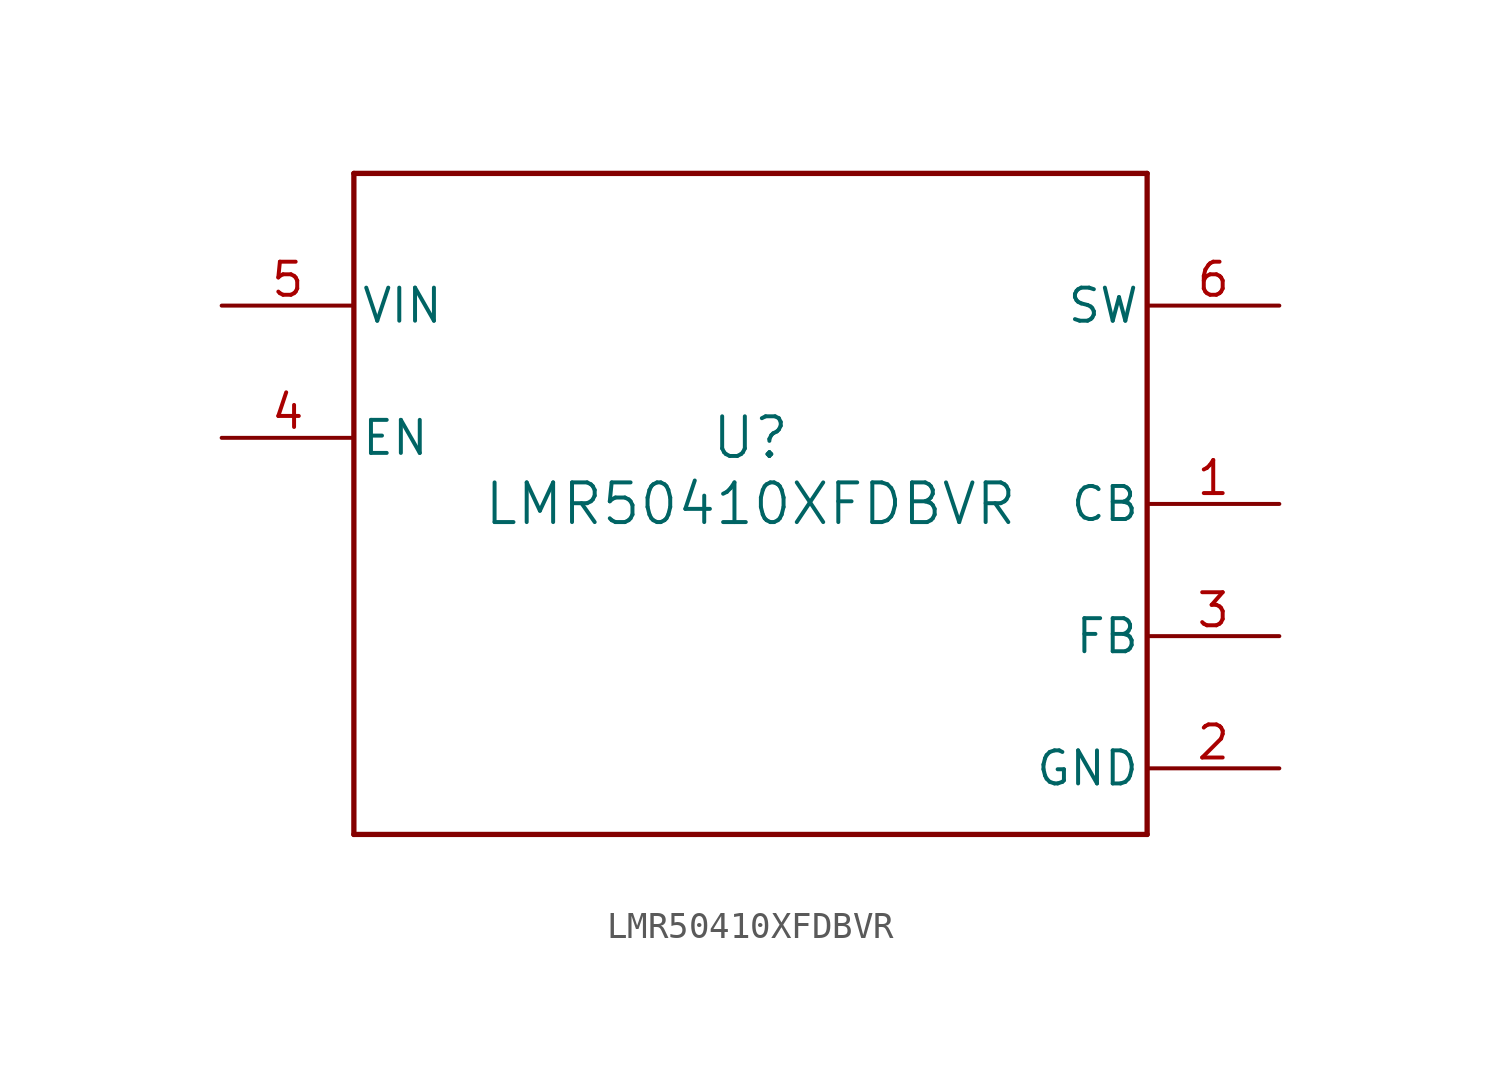
<source format=kicad_sym>
(kicad_symbol_lib
  (version 20211014)
  (generator kicad_symbol_editor)
  (symbol "LMR50410XFDBVR"
    (pin_names
      (offset 0.254))
    (property "Reference" "U"
      (at 0 2.54 0)
      (effects (font (size 1.524 1.524))))
    (property "Value" "LMR50410XFDBVR"
      (at 0 0 0)
      (effects (font (size 1.524 1.524))))
    (symbol "LMR50410XFDBVR_0_1"
      (polyline (pts (xy -15.24 -12.7) (xy 15.24 -12.7)) (stroke (width .2032) (type default) (color 0 0 0 0)) (fill (type none)))
      (polyline (pts (xy 15.24 -12.7) (xy 15.24 12.7)) (stroke (width .2032) (type default) (color 0 0 0 0)) (fill (type none)))
      (polyline (pts (xy 15.24 12.7) (xy -15.24 12.7)) (stroke (width .2032) (type default) (color 0 0 0 0)) (fill (type none)))
      (polyline (pts (xy -15.24 12.7) (xy -15.24 -12.7)) (stroke (width .2032) (type default) (color 0 0 0 0)) (fill (type none)))
      (pin unspecified line (at 20.32 0 180) (length 5.08) (name "CB" (effects (font (size 1.27 1.27)))) (number "1" (effects (font (size 1.27 1.27)))))
      (pin power_in line (at 20.32 -10.16 180) (length 5.08) (name "GND" (effects (font (size 1.27 1.27)))) (number "2" (effects (font (size 1.27 1.27)))))
      (pin unspecified line (at 20.32 -5.08 180) (length 5.08) (name "FB" (effects (font (size 1.27 1.27)))) (number "3" (effects (font (size 1.27 1.27)))))
      (pin input line (at -20.32 2.54 0) (length 5.08) (name "EN" (effects (font (size 1.27 1.27)))) (number "4" (effects (font (size 1.27 1.27)))))
      (pin power_in line (at -20.32 7.62 0) (length 5.08) (name "VIN" (effects (font (size 1.27 1.27)))) (number "5" (effects (font (size 1.27 1.27)))))
      (pin unspecified line (at 20.32 7.62 180) (length 5.08) (name "SW" (effects (font (size 1.27 1.27)))) (number "6" (effects (font (size 1.27 1.27))))))))
</source>
